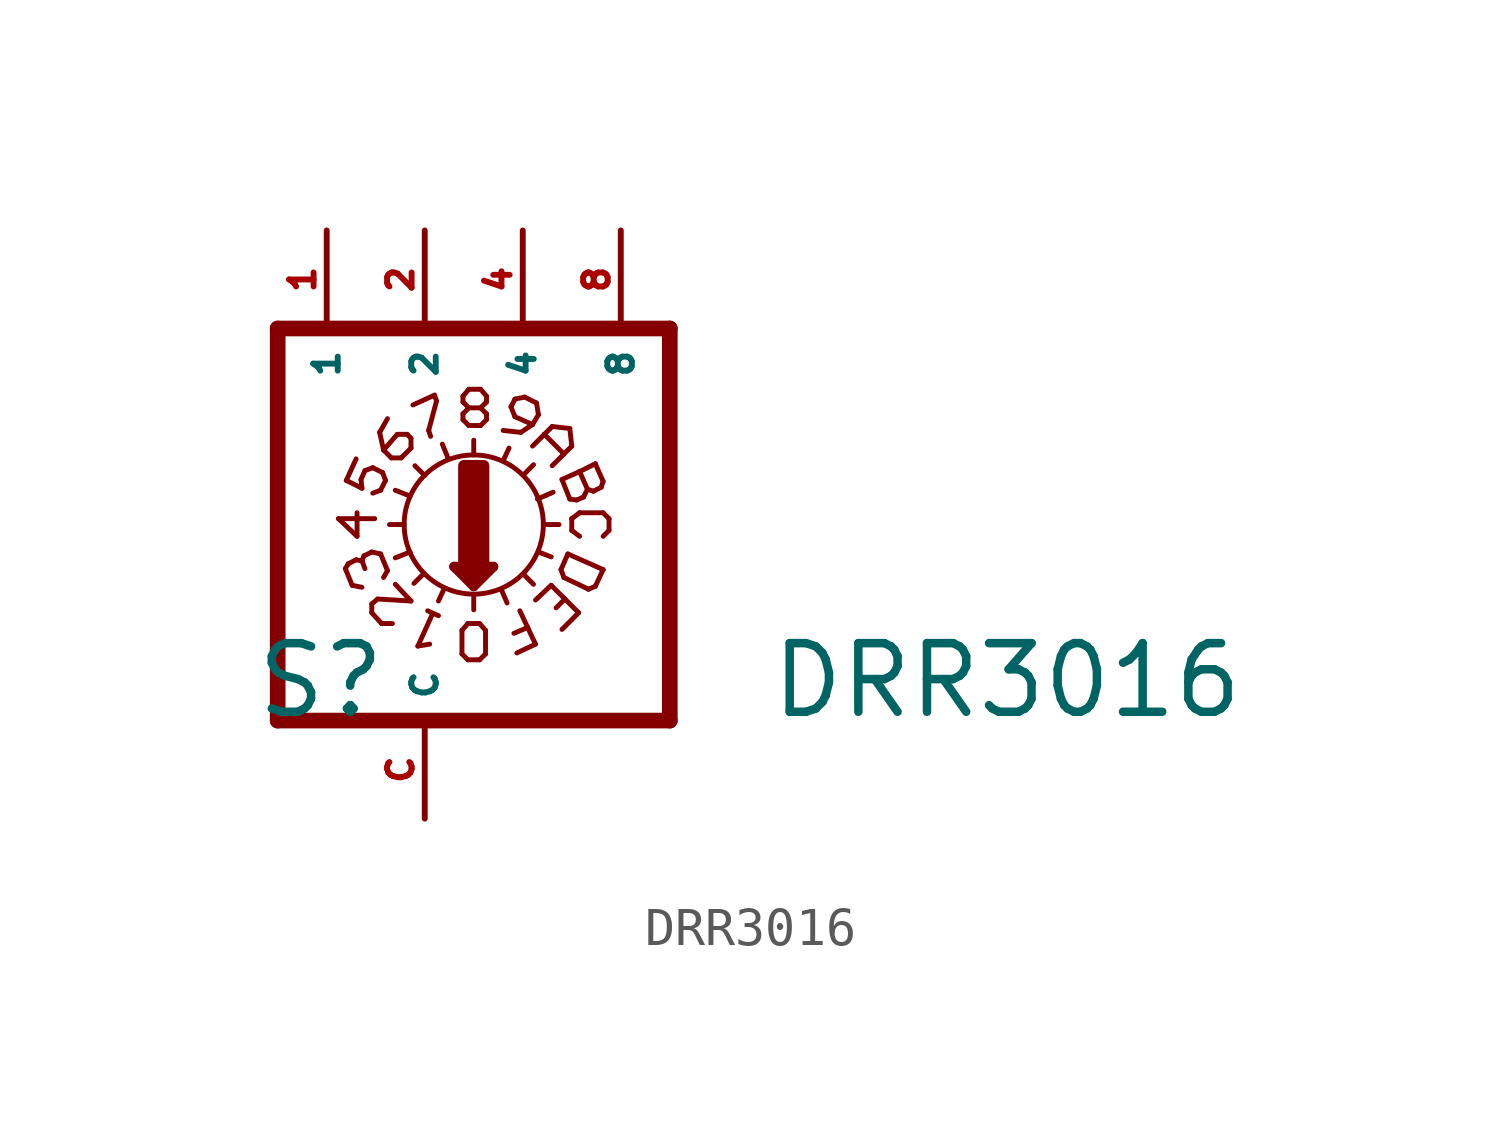
<source format=kicad_sym>
(kicad_symbol_lib
  (version 20220914)
  (generator Eagle2Kicad)
  (symbol "DRR3016"
    (property "Reference" "S"
      (at -4.445 -5.08 0)
      (effects (font (size 1.778 1.778) (thickness 0.22)) (justify left bottom)))
    (property "Value" "DRR3016"
      (at 8.89 -5.08 0)
      (effects (font (size 1.778 1.778) (thickness 0.22)) (justify left bottom)))
    (polyline
      (pts (xy 6.35 -5.08) (xy 6.35 5.08))
      (stroke (width 0.406) (type default))
      (fill (type none)))
    (polyline
      (pts (xy 3.099 0) (xy 3.48 0))
      (stroke (width 0.127) (type default))
      (fill (type none)))
    (polyline
      (pts (xy 1.27 1.803) (xy 1.27 2.184))
      (stroke (width 0.127) (type default))
      (fill (type none)))
    (polyline
      (pts (xy -0.914 0) (xy -0.533 0))
      (stroke (width 0.127) (type default))
      (fill (type none)))
    (polyline
      (pts (xy 2.565 -1.295) (xy 2.819 -1.549))
      (stroke (width 0.127) (type default))
      (fill (type none)))
    (polyline
      (pts (xy 0 1.27) (xy -0.254 1.524))
      (stroke (width 0.127) (type default))
      (fill (type none)))
    (polyline
      (pts (xy 2.565 1.295) (xy 2.819 1.549))
      (stroke (width 0.127) (type default))
      (fill (type none)))
    (polyline
      (pts (xy -0.025 -1.27) (xy -0.279 -1.524))
      (stroke (width 0.127) (type default))
      (fill (type none)))
    (polyline
      (pts (xy 2.032 1.651) (xy 2.184 1.981))
      (stroke (width 0.127) (type default))
      (fill (type none)))
    (polyline
      (pts (xy 2.921 0.66) (xy 3.327 0.838))
      (stroke (width 0.127) (type default))
      (fill (type none)))
    (polyline
      (pts (xy 2.946 -0.711) (xy 3.277 -0.838))
      (stroke (width 0.127) (type default))
      (fill (type none)))
    (polyline
      (pts (xy 1.981 -1.676) (xy 2.134 -2.032))
      (stroke (width 0.127) (type default))
      (fill (type none)))
    (polyline
      (pts (xy 0.508 -1.651) (xy 0.356 -1.981))
      (stroke (width 0.127) (type default))
      (fill (type none)))
    (polyline
      (pts (xy -0.381 -0.711) (xy -0.762 -0.864))
      (stroke (width 0.127) (type default))
      (fill (type none)))
    (polyline
      (pts (xy -0.381 0.737) (xy -0.762 0.889))
      (stroke (width 0.127) (type default))
      (fill (type none)))
    (polyline
      (pts (xy 0.61 1.702) (xy 0.457 2.083))
      (stroke (width 0.127) (type default))
      (fill (type none)))
    (polyline
      (pts (xy 0.762 -1.092) (xy 1.27 -1.6))
      (stroke (width 0.254) (type default))
      (fill (type none)))
    (polyline
      (pts (xy 1.27 -1.6) (xy 1.778 -1.092))
      (stroke (width 0.254) (type default))
      (fill (type none)))
    (polyline
      (pts (xy 1.778 -1.092) (xy 0.762 -1.092))
      (stroke (width 0.254) (type default))
      (fill (type none)))
    (polyline
      (pts (xy 1.27 -1.829) (xy 1.27 -2.21))
      (stroke (width 0.127) (type default))
      (fill (type none)))
    (polyline
      (pts (xy 1.016 -1.219) (xy 1.524 -1.219))
      (stroke (width 0.254) (type default))
      (fill (type none)))
    (polyline
      (pts (xy 1.27 -1.473) (xy 1.27 -1.346))
      (stroke (width 0.254) (type default))
      (fill (type none)))
    (polyline
      (pts (xy -3.81 -5.08) (xy -3.81 5.08))
      (stroke (width 0.406) (type default))
      (fill (type none)))
    (polyline
      (pts (xy -2.032 1.143) (xy -1.778 1.702))
      (stroke (width 0.127) (type default))
      (fill (type none)))
    (polyline
      (pts (xy -2.032 1.143) (xy -1.626 0.94))
      (stroke (width 0.127) (type default))
      (fill (type none)))
    (polyline
      (pts (xy -1.626 0.94) (xy -1.651 1.168))
      (stroke (width 0.127) (type default))
      (fill (type none)))
    (polyline
      (pts (xy -1.651 1.168) (xy -1.549 1.397))
      (stroke (width 0.127) (type default))
      (fill (type none)))
    (polyline
      (pts (xy -1.092 1.346) (xy -1.016 1.143))
      (stroke (width 0.127) (type default))
      (fill (type none)))
    (polyline
      (pts (xy -1.016 1.143) (xy -1.143 0.889))
      (stroke (width 0.127) (type default))
      (fill (type none)))
    (polyline
      (pts (xy -1.143 0.889) (xy -1.346 0.813))
      (stroke (width 0.127) (type default))
      (fill (type none)))
    (polyline
      (pts (xy -1.549 1.397) (xy -1.346 1.473))
      (stroke (width 0.127) (type default))
      (fill (type none)))
    (polyline
      (pts (xy -1.346 1.473) (xy -1.092 1.346))
      (stroke (width 0.127) (type default))
      (fill (type none)))
    (polyline
      (pts (xy -0.61 1.727) (xy -0.356 1.981))
      (stroke (width 0.127) (type default))
      (fill (type none)))
    (polyline
      (pts (xy -0.356 1.981) (xy -0.356 2.235))
      (stroke (width 0.127) (type default))
      (fill (type none)))
    (polyline
      (pts (xy -0.356 2.235) (xy -0.457 2.337))
      (stroke (width 0.127) (type default))
      (fill (type none)))
    (polyline
      (pts (xy -0.457 2.337) (xy -0.711 2.337))
      (stroke (width 0.127) (type default))
      (fill (type none)))
    (polyline
      (pts (xy -0.711 2.337) (xy -1.067 1.93))
      (stroke (width 0.127) (type default))
      (fill (type none)))
    (polyline
      (pts (xy -0.61 1.727) (xy -0.864 1.727))
      (stroke (width 0.127) (type default))
      (fill (type none)))
    (polyline
      (pts (xy -0.864 1.727) (xy -1.067 1.93))
      (stroke (width 0.127) (type default))
      (fill (type none)))
    (polyline
      (pts (xy -1.067 1.93) (xy -1.168 2.388))
      (stroke (width 0.127) (type default))
      (fill (type none)))
    (polyline
      (pts (xy -1.168 2.388) (xy -0.965 2.743))
      (stroke (width 0.127) (type default))
      (fill (type none)))
    (polyline
      (pts (xy -0.305 3.099) (xy 0.254 3.353))
      (stroke (width 0.127) (type default))
      (fill (type none)))
    (polyline
      (pts (xy 0.102 2.438) (xy 0.152 2.286))
      (stroke (width 0.127) (type default))
      (fill (type none)))
    (polyline
      (pts (xy 0.254 3.353) (xy 0.305 3.2))
      (stroke (width 0.127) (type default))
      (fill (type none)))
    (polyline
      (pts (xy 0.305 3.2) (xy 0.102 2.438))
      (stroke (width 0.127) (type default))
      (fill (type none)))
    (polyline
      (pts (xy 2.896 3.15) (xy 2.591 3.302))
      (stroke (width 0.127) (type default))
      (fill (type none)))
    (polyline
      (pts (xy 2.591 3.302) (xy 2.337 3.251))
      (stroke (width 0.127) (type default))
      (fill (type none)))
    (polyline
      (pts (xy 2.337 3.251) (xy 2.235 3.048))
      (stroke (width 0.127) (type default))
      (fill (type none)))
    (polyline
      (pts (xy 2.235 3.048) (xy 2.337 2.794))
      (stroke (width 0.127) (type default))
      (fill (type none)))
    (polyline
      (pts (xy 2.337 2.794) (xy 2.794 2.591))
      (stroke (width 0.127) (type default))
      (fill (type none)))
    (polyline
      (pts (xy 2.896 3.15) (xy 2.946 2.845))
      (stroke (width 0.127) (type default))
      (fill (type none)))
    (polyline
      (pts (xy 2.946 2.845) (xy 2.794 2.591))
      (stroke (width 0.127) (type default))
      (fill (type none)))
    (polyline
      (pts (xy 2.794 2.591) (xy 2.489 2.388))
      (stroke (width 0.127) (type default))
      (fill (type none)))
    (polyline
      (pts (xy 2.489 2.388) (xy 2.032 2.438))
      (stroke (width 0.127) (type default))
      (fill (type none)))
    (polyline
      (pts (xy 2.794 2.032) (xy 3.099 2.337))
      (stroke (width 0.127) (type default))
      (fill (type none)))
    (polyline
      (pts (xy 3.302 2.54) (xy 3.759 2.489))
      (stroke (width 0.127) (type default))
      (fill (type none)))
    (polyline
      (pts (xy 3.759 2.489) (xy 3.81 2.032))
      (stroke (width 0.127) (type default))
      (fill (type none)))
    (polyline
      (pts (xy 3.81 2.032) (xy 3.607 1.829))
      (stroke (width 0.127) (type default))
      (fill (type none)))
    (polyline
      (pts (xy 3.099 2.337) (xy 3.607 1.829))
      (stroke (width 0.127) (type default))
      (fill (type none)))
    (polyline
      (pts (xy 3.099 2.337) (xy 3.302 2.54))
      (stroke (width 0.127) (type default))
      (fill (type none)))
    (polyline
      (pts (xy 3.607 1.829) (xy 3.302 1.524))
      (stroke (width 0.127) (type default))
      (fill (type none)))
    (polyline
      (pts (xy 3.556 1.168) (xy 4.013 1.372))
      (stroke (width 0.127) (type default))
      (fill (type none)))
    (polyline
      (pts (xy 4.42 1.575) (xy 4.623 1.118))
      (stroke (width 0.127) (type default))
      (fill (type none)))
    (polyline
      (pts (xy 4.623 1.118) (xy 4.572 0.965))
      (stroke (width 0.127) (type default))
      (fill (type none)))
    (polyline
      (pts (xy 4.572 0.965) (xy 4.369 0.864))
      (stroke (width 0.127) (type default))
      (fill (type none)))
    (polyline
      (pts (xy 4.369 0.864) (xy 4.216 0.914))
      (stroke (width 0.127) (type default))
      (fill (type none)))
    (polyline
      (pts (xy 4.216 0.914) (xy 4.013 1.372))
      (stroke (width 0.127) (type default))
      (fill (type none)))
    (polyline
      (pts (xy 4.216 0.914) (xy 4.115 0.711))
      (stroke (width 0.127) (type default))
      (fill (type none)))
    (polyline
      (pts (xy 4.115 0.711) (xy 3.937 0.635))
      (stroke (width 0.127) (type default))
      (fill (type none)))
    (polyline
      (pts (xy 3.937 0.635) (xy 3.759 0.66))
      (stroke (width 0.127) (type default))
      (fill (type none)))
    (polyline
      (pts (xy 3.759 0.66) (xy 3.556 1.168))
      (stroke (width 0.127) (type default))
      (fill (type none)))
    (polyline
      (pts (xy 4.013 1.372) (xy 4.42 1.575))
      (stroke (width 0.127) (type default))
      (fill (type none)))
    (polyline
      (pts (xy 4.013 0.305) (xy 4.623 0.305))
      (stroke (width 0.127) (type default))
      (fill (type none)))
    (polyline
      (pts (xy 4.623 0.305) (xy 4.775 0.152))
      (stroke (width 0.127) (type default))
      (fill (type none)))
    (polyline
      (pts (xy 4.775 0.152) (xy 4.775 -0.152))
      (stroke (width 0.127) (type default))
      (fill (type none)))
    (polyline
      (pts (xy 4.775 -0.152) (xy 4.623 -0.305))
      (stroke (width 0.127) (type default))
      (fill (type none)))
    (polyline
      (pts (xy 4.013 0.305) (xy 3.81 0.152))
      (stroke (width 0.127) (type default))
      (fill (type none)))
    (polyline
      (pts (xy 3.81 0.152) (xy 3.81 -0.152))
      (stroke (width 0.127) (type default))
      (fill (type none)))
    (polyline
      (pts (xy 3.81 -0.152) (xy 4.013 -0.305))
      (stroke (width 0.127) (type default))
      (fill (type none)))
    (polyline
      (pts (xy 3.708 -0.762) (xy 3.531 -1.168))
      (stroke (width 0.127) (type default))
      (fill (type none)))
    (polyline
      (pts (xy 3.531 -1.168) (xy 3.607 -1.372))
      (stroke (width 0.127) (type default))
      (fill (type none)))
    (polyline
      (pts (xy 3.607 -1.372) (xy 4.242 -1.676))
      (stroke (width 0.127) (type default))
      (fill (type none)))
    (polyline
      (pts (xy 4.242 -1.676) (xy 4.42 -1.6))
      (stroke (width 0.127) (type default))
      (fill (type none)))
    (polyline
      (pts (xy 4.42 -1.6) (xy 4.623 -1.168))
      (stroke (width 0.127) (type default))
      (fill (type none)))
    (polyline
      (pts (xy 4.623 -1.168) (xy 3.708 -0.762))
      (stroke (width 0.127) (type default))
      (fill (type none)))
    (polyline
      (pts (xy 3.277 -1.575) (xy 2.87 -1.956))
      (stroke (width 0.127) (type default))
      (fill (type none)))
    (polyline
      (pts (xy 3.277 -1.575) (xy 3.632 -1.93))
      (stroke (width 0.127) (type default))
      (fill (type none)))
    (polyline
      (pts (xy 3.988 -2.286) (xy 3.556 -2.718))
      (stroke (width 0.127) (type default))
      (fill (type none)))
    (polyline
      (pts (xy 3.632 -1.93) (xy 3.404 -2.159))
      (stroke (width 0.127) (type default))
      (fill (type none)))
    (polyline
      (pts (xy 3.632 -1.93) (xy 3.988 -2.286))
      (stroke (width 0.127) (type default))
      (fill (type none)))
    (polyline
      (pts (xy 2.388 -3.327) (xy 2.87 -3.099))
      (stroke (width 0.127) (type default))
      (fill (type none)))
    (polyline
      (pts (xy 2.87 -3.099) (xy 2.667 -2.667))
      (stroke (width 0.127) (type default))
      (fill (type none)))
    (polyline
      (pts (xy 2.667 -2.667) (xy 2.311 -2.819))
      (stroke (width 0.127) (type default))
      (fill (type none)))
    (polyline
      (pts (xy 2.667 -2.667) (xy 2.464 -2.235))
      (stroke (width 0.127) (type default))
      (fill (type none)))
    (polyline
      (pts (xy 0.076 -2.235) (xy 0.356 -2.362))
      (stroke (width 0.127) (type default))
      (fill (type none)))
    (polyline
      (pts (xy 0.203 -2.311) (xy -0.178 -3.15))
      (stroke (width 0.127) (type default))
      (fill (type none)))
    (polyline
      (pts (xy -0.178 -3.15) (xy 0.127 -3.099))
      (stroke (width 0.127) (type default))
      (fill (type none)))
    (polyline
      (pts (xy -0.762 -1.549) (xy -0.356 -1.981))
      (stroke (width 0.127) (type default))
      (fill (type none)))
    (polyline
      (pts (xy -1.372 -2.286) (xy -1.118 -2.565))
      (stroke (width 0.127) (type default))
      (fill (type none)))
    (polyline
      (pts (xy -1.118 -2.565) (xy -0.838 -2.565))
      (stroke (width 0.127) (type default))
      (fill (type none)))
    (polyline
      (pts (xy -1.372 -2.286) (xy -1.372 -2.057))
      (stroke (width 0.127) (type default))
      (fill (type none)))
    (polyline
      (pts (xy -1.372 -2.057) (xy -1.219 -1.93))
      (stroke (width 0.127) (type default))
      (fill (type none)))
    (polyline
      (pts (xy -1.219 -1.93) (xy -0.356 -1.981))
      (stroke (width 0.127) (type default))
      (fill (type none)))
    (polyline
      (pts (xy -1.143 -0.762) (xy -0.965 -1.194))
      (stroke (width 0.127) (type default))
      (fill (type none)))
    (polyline
      (pts (xy -2.057 -1.143) (xy -1.88 -1.575))
      (stroke (width 0.127) (type default))
      (fill (type none)))
    (polyline
      (pts (xy -1.626 -1.626) (xy -1.88 -1.575))
      (stroke (width 0.127) (type default))
      (fill (type none)))
    (polyline
      (pts (xy -1.067 -1.372) (xy -0.965 -1.194))
      (stroke (width 0.127) (type default))
      (fill (type none)))
    (polyline
      (pts (xy -1.143 -0.762) (xy -1.372 -0.711))
      (stroke (width 0.127) (type default))
      (fill (type none)))
    (polyline
      (pts (xy -1.372 -0.711) (xy -1.575 -0.813))
      (stroke (width 0.127) (type default))
      (fill (type none)))
    (polyline
      (pts (xy -1.575 -0.813) (xy -1.626 -0.94))
      (stroke (width 0.127) (type default))
      (fill (type none)))
    (polyline
      (pts (xy -1.626 -0.94) (xy -1.549 -1.143))
      (stroke (width 0.127) (type default))
      (fill (type none)))
    (polyline
      (pts (xy -1.626 -0.94) (xy -1.778 -0.914))
      (stroke (width 0.127) (type default))
      (fill (type none)))
    (polyline
      (pts (xy -1.778 -0.914) (xy -1.981 -1.016))
      (stroke (width 0.127) (type default))
      (fill (type none)))
    (polyline
      (pts (xy -1.981 -1.016) (xy -2.057 -1.143))
      (stroke (width 0.127) (type default))
      (fill (type none)))
    (polyline
      (pts (xy -1.295 0.152) (xy -2.235 0.152))
      (stroke (width 0.127) (type default))
      (fill (type none)))
    (polyline
      (pts (xy -2.235 0.152) (xy -1.753 -0.305))
      (stroke (width 0.127) (type default))
      (fill (type none)))
    (polyline
      (pts (xy -1.753 -0.305) (xy -1.753 0.305))
      (stroke (width 0.127) (type default))
      (fill (type none)))
    (polyline
      (pts (xy 1.118 -3.505) (xy 1.422 -3.505))
      (stroke (width 0.127) (type default))
      (fill (type none)))
    (polyline
      (pts (xy 1.422 -3.505) (xy 1.575 -3.353))
      (stroke (width 0.127) (type default))
      (fill (type none)))
    (polyline
      (pts (xy 1.575 -3.353) (xy 1.575 -2.743))
      (stroke (width 0.127) (type default))
      (fill (type none)))
    (polyline
      (pts (xy 1.575 -2.743) (xy 1.422 -2.565))
      (stroke (width 0.127) (type default))
      (fill (type none)))
    (polyline
      (pts (xy 1.422 -2.565) (xy 1.118 -2.565))
      (stroke (width 0.127) (type default))
      (fill (type none)))
    (polyline
      (pts (xy 1.118 -2.565) (xy 0.965 -2.743))
      (stroke (width 0.127) (type default))
      (fill (type none)))
    (polyline
      (pts (xy 0.965 -2.743) (xy 0.965 -3.353))
      (stroke (width 0.127) (type default))
      (fill (type none)))
    (polyline
      (pts (xy 0.965 -3.353) (xy 1.118 -3.505))
      (stroke (width 0.127) (type default))
      (fill (type none)))
    (polyline
      (pts (xy 1.143 2.565) (xy 1.448 2.565))
      (stroke (width 0.127) (type default))
      (fill (type none)))
    (polyline
      (pts (xy 1.448 2.565) (xy 1.6 2.718))
      (stroke (width 0.127) (type default))
      (fill (type none)))
    (polyline
      (pts (xy 1.6 2.718) (xy 1.6 2.87))
      (stroke (width 0.127) (type default))
      (fill (type none)))
    (polyline
      (pts (xy 1.6 2.87) (xy 1.448 3.023))
      (stroke (width 0.127) (type default))
      (fill (type none)))
    (polyline
      (pts (xy 1.448 3.023) (xy 1.6 3.175))
      (stroke (width 0.127) (type default))
      (fill (type none)))
    (polyline
      (pts (xy 1.6 3.175) (xy 1.6 3.327))
      (stroke (width 0.127) (type default))
      (fill (type none)))
    (polyline
      (pts (xy 1.6 3.327) (xy 1.448 3.505))
      (stroke (width 0.127) (type default))
      (fill (type none)))
    (polyline
      (pts (xy 1.448 3.505) (xy 1.143 3.505))
      (stroke (width 0.127) (type default))
      (fill (type none)))
    (polyline
      (pts (xy 1.143 3.505) (xy 0.991 3.327))
      (stroke (width 0.127) (type default))
      (fill (type none)))
    (polyline
      (pts (xy 0.991 3.327) (xy 0.991 3.175))
      (stroke (width 0.127) (type default))
      (fill (type none)))
    (polyline
      (pts (xy 0.991 3.175) (xy 1.143 3.023))
      (stroke (width 0.127) (type default))
      (fill (type none)))
    (polyline
      (pts (xy 1.143 3.023) (xy 0.991 2.87))
      (stroke (width 0.127) (type default))
      (fill (type none)))
    (polyline
      (pts (xy 0.991 2.87) (xy 0.991 2.718))
      (stroke (width 0.127) (type default))
      (fill (type none)))
    (polyline
      (pts (xy 0.991 2.718) (xy 1.143 2.565))
      (stroke (width 0.127) (type default))
      (fill (type none)))
    (polyline
      (pts (xy 1.143 3.023) (xy 1.448 3.023))
      (stroke (width 0.127) (type default))
      (fill (type none)))
    (polyline
      (pts (xy 6.35 5.08) (xy -3.81 5.08))
      (stroke (width 0.406) (type default))
      (fill (type none)))
    (polyline
      (pts (xy -3.81 -5.08) (xy 6.35 -5.08))
      (stroke (width 0.406) (type default))
      (fill (type none)))
    (circle
      (center 1.27 0)
      (radius 1.803)
      (stroke (width 0.127) (type default))
      (fill (type none)))
    (rectangle
      (start 1.016 -1.016)
      (end 1.524 1.524)
      (stroke (width 0.3) (type default))
      (fill (type outline)))
    (pin passive line
      (at 5.08 7.62 270)
      (length 2.54)
      (name "8" (effects (font (size 0.635 0.635) (thickness 0.08)) (justify left bottom)))
      (number "8" (effects (font (size 0.635 0.635) (thickness 0.08)) (justify left bottom))))
    (pin passive line
      (at 2.54 7.62 270)
      (length 2.54)
      (name "4" (effects (font (size 0.635 0.635) (thickness 0.08)) (justify left bottom)))
      (number "4" (effects (font (size 0.635 0.635) (thickness 0.08)) (justify left bottom))))
    (pin passive line
      (at 0 7.62 270)
      (length 2.54)
      (name "2" (effects (font (size 0.635 0.635) (thickness 0.08)) (justify left bottom)))
      (number "2" (effects (font (size 0.635 0.635) (thickness 0.08)) (justify left bottom))))
    (pin passive line
      (at -2.54 7.62 270)
      (length 2.54)
      (name "1" (effects (font (size 0.635 0.635) (thickness 0.08)) (justify left bottom)))
      (number "1" (effects (font (size 0.635 0.635) (thickness 0.08)) (justify left bottom))))
    (pin passive line
      (at 0 -7.62 90)
      (length 2.54)
      (name "C" (effects (font (size 0.635 0.635) (thickness 0.08)) (justify left bottom)))
      (number "C" (effects (font (size 0.635 0.635) (thickness 0.08)) (justify left bottom))))))
</source>
